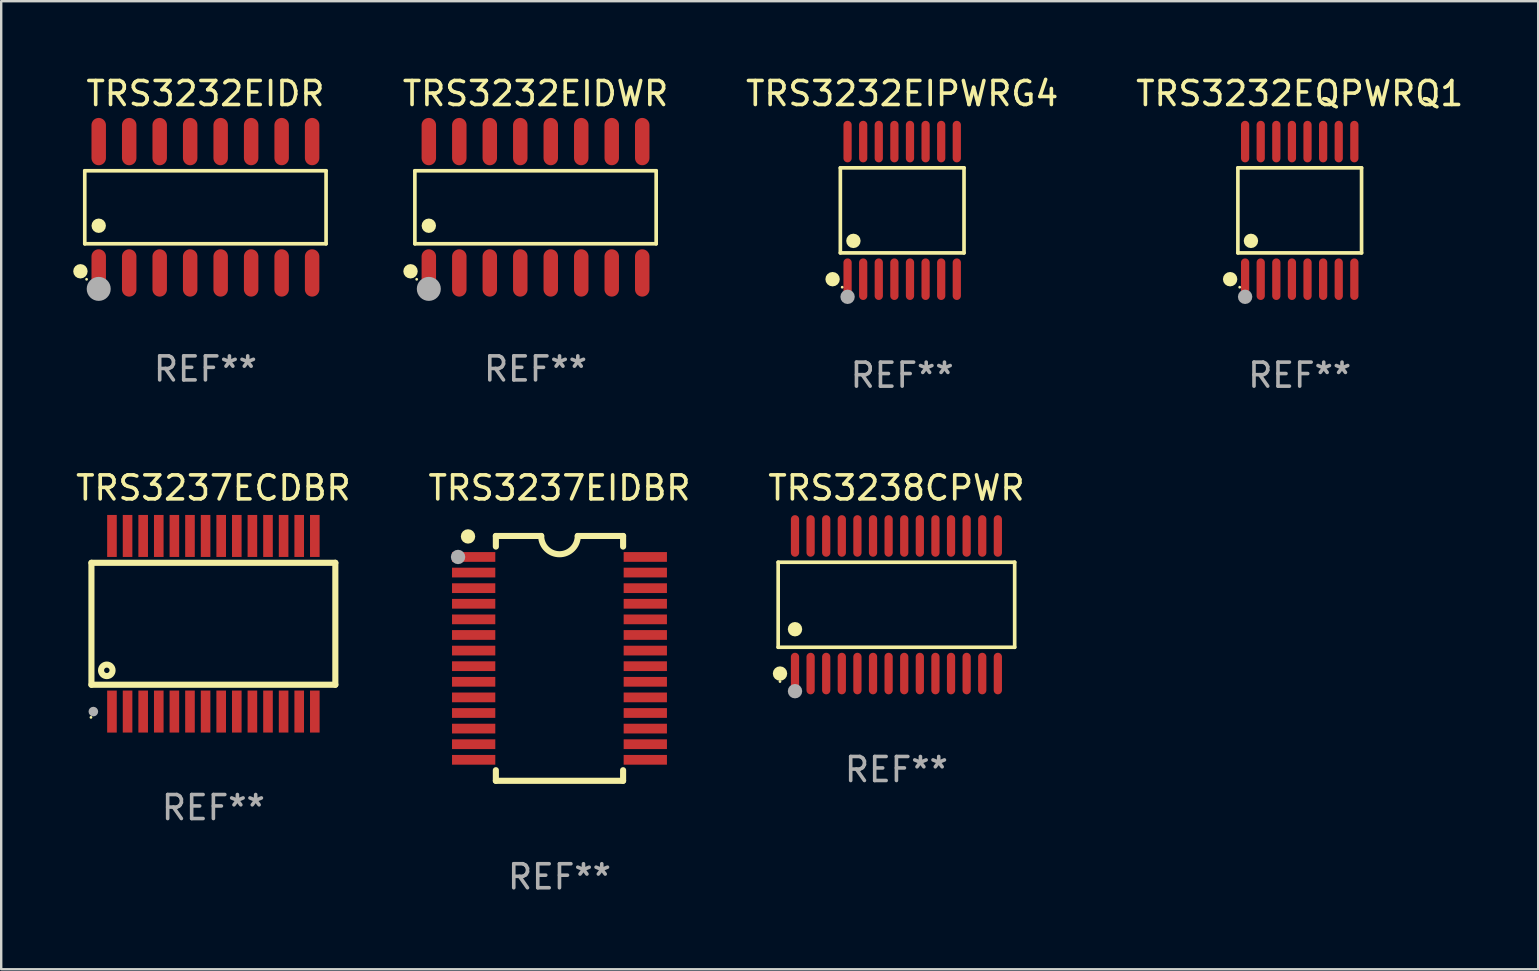
<source format=kicad_pcb>
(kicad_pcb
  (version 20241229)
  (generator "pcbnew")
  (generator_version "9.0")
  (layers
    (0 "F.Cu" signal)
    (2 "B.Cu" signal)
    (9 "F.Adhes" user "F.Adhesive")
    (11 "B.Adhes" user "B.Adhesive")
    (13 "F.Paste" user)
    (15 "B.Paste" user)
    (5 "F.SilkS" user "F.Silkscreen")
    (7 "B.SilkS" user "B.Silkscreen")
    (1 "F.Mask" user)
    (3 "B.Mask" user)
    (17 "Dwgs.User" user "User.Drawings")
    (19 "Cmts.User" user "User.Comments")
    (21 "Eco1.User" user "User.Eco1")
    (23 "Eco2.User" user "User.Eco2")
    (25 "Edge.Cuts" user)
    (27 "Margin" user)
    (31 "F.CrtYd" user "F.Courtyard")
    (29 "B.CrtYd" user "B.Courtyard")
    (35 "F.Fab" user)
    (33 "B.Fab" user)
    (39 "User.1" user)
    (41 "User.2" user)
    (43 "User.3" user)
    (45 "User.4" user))
  (footprint "TRS3232EIDWR"
    (layer "F.Cu")
    (at 19.258 5.584)
    (property "Reference" "TRS3232EIDWR" (at 0 -4.736 0) (layer "F.SilkS") (effects (font (size 1 1) (thickness 0.15))))
    (attr through_hole)
    (fp_line (start -5.026 -1.521) (end 5.026 -1.521) (stroke (width 0.152) (type solid)) (layer "F.SilkS"))
    (fp_line (start -5.026 1.521) (end -5.026 -1.521) (stroke (width 0.152) (type solid)) (layer "F.SilkS"))
    (fp_line (start 5.026 -1.521) (end 5.026 1.521) (stroke (width 0.152) (type solid)) (layer "F.SilkS"))
    (fp_line (start 5.026 1.521) (end -5.026 1.521) (stroke (width 0.152) (type solid)) (layer "F.SilkS"))
    (fp_circle (center -5.207 2.667) (end -5.057 2.667) (stroke (width 0.3) (type solid)) (fill no) (layer "F.SilkS"))
    (fp_circle (center -4.95 3) (end -4.92 3) (stroke (width 0.06) (type solid)) (fill no) (layer "F.SilkS"))
    (fp_circle (center -4.445 0.769) (end -4.295 0.769) (stroke (width 0.3) (type solid)) (fill no) (layer "F.SilkS"))
    (fp_circle (center -4.445 3.4) (end -4.195 3.4) (stroke (width 0.5) (type solid)) (fill no) (layer "F.Fab"))
    (fp_text user "REF**" (at 0 6.736 0) (layer "F.Fab") (effects (font (size 1 1) (thickness 0.15))))
    (pad "1" smd oval (at -4.445 2.736) (size 0.602 1.971) (layers "F.Cu" "F.Mask" "F.Paste"))
    (pad "2" smd oval (at -3.175 2.736) (size 0.602 1.971) (layers "F.Cu" "F.Mask" "F.Paste"))
    (pad "3" smd oval (at -1.905 2.736) (size 0.602 1.971) (layers "F.Cu" "F.Mask" "F.Paste"))
    (pad "4" smd oval (at -0.635 2.736) (size 0.602 1.971) (layers "F.Cu" "F.Mask" "F.Paste"))
    (pad "5" smd oval (at 0.635 2.736) (size 0.602 1.971) (layers "F.Cu" "F.Mask" "F.Paste"))
    (pad "6" smd oval (at 1.905 2.736) (size 0.602 1.971) (layers "F.Cu" "F.Mask" "F.Paste"))
    (pad "7" smd oval (at 3.175 2.736) (size 0.602 1.971) (layers "F.Cu" "F.Mask" "F.Paste"))
    (pad "8" smd oval (at 4.445 2.736) (size 0.602 1.971) (layers "F.Cu" "F.Mask" "F.Paste"))
    (pad "9" smd oval (at 4.445 -2.736) (size 0.602 1.971) (layers "F.Cu" "F.Mask" "F.Paste"))
    (pad "10" smd oval (at 3.175 -2.736) (size 0.602 1.971) (layers "F.Cu" "F.Mask" "F.Paste"))
    (pad "11" smd oval (at 1.905 -2.736) (size 0.602 1.971) (layers "F.Cu" "F.Mask" "F.Paste"))
    (pad "12" smd oval (at 0.635 -2.736) (size 0.602 1.971) (layers "F.Cu" "F.Mask" "F.Paste"))
    (pad "13" smd oval (at -0.635 -2.736) (size 0.602 1.971) (layers "F.Cu" "F.Mask" "F.Paste"))
    (pad "14" smd oval (at -1.905 -2.736) (size 0.602 1.971) (layers "F.Cu" "F.Mask" "F.Paste"))
    (pad "15" smd oval (at -3.175 -2.736) (size 0.602 1.971) (layers "F.Cu" "F.Mask" "F.Paste"))
    (pad "16" smd oval (at -4.445 -2.736) (size 0.602 1.971) (layers "F.Cu" "F.Mask" "F.Paste")))
  (footprint "TRS3232EIDR"
    (layer "F.Cu")
    (at 5.507 5.584)
    (property "Reference" "TRS3232EIDR" (at 0 -4.736 0) (layer "F.SilkS") (effects (font (size 1 1) (thickness 0.15))))
    (attr through_hole)
    (fp_line (start -5.026 -1.521) (end 5.026 -1.521) (stroke (width 0.152) (type solid)) (layer "F.SilkS"))
    (fp_line (start -5.026 1.521) (end -5.026 -1.521) (stroke (width 0.152) (type solid)) (layer "F.SilkS"))
    (fp_line (start 5.026 -1.521) (end 5.026 1.521) (stroke (width 0.152) (type solid)) (layer "F.SilkS"))
    (fp_line (start 5.026 1.521) (end -5.026 1.521) (stroke (width 0.152) (type solid)) (layer "F.SilkS"))
    (fp_circle (center -5.207 2.667) (end -5.057 2.667) (stroke (width 0.3) (type solid)) (fill no) (layer "F.SilkS"))
    (fp_circle (center -4.95 3) (end -4.92 3) (stroke (width 0.06) (type solid)) (fill no) (layer "F.SilkS"))
    (fp_circle (center -4.445 0.769) (end -4.295 0.769) (stroke (width 0.3) (type solid)) (fill no) (layer "F.SilkS"))
    (fp_circle (center -4.445 3.4) (end -4.195 3.4) (stroke (width 0.5) (type solid)) (fill no) (layer "F.Fab"))
    (fp_text user "REF**" (at 0 6.736 0) (layer "F.Fab") (effects (font (size 1 1) (thickness 0.15))))
    (pad "1" smd oval (at -4.445 2.736) (size 0.602 1.971) (layers "F.Cu" "F.Mask" "F.Paste"))
    (pad "2" smd oval (at -3.175 2.736) (size 0.602 1.971) (layers "F.Cu" "F.Mask" "F.Paste"))
    (pad "3" smd oval (at -1.905 2.736) (size 0.602 1.971) (layers "F.Cu" "F.Mask" "F.Paste"))
    (pad "4" smd oval (at -0.635 2.736) (size 0.602 1.971) (layers "F.Cu" "F.Mask" "F.Paste"))
    (pad "5" smd oval (at 0.635 2.736) (size 0.602 1.971) (layers "F.Cu" "F.Mask" "F.Paste"))
    (pad "6" smd oval (at 1.905 2.736) (size 0.602 1.971) (layers "F.Cu" "F.Mask" "F.Paste"))
    (pad "7" smd oval (at 3.175 2.736) (size 0.602 1.971) (layers "F.Cu" "F.Mask" "F.Paste"))
    (pad "8" smd oval (at 4.445 2.736) (size 0.602 1.971) (layers "F.Cu" "F.Mask" "F.Paste"))
    (pad "9" smd oval (at 4.445 -2.736) (size 0.602 1.971) (layers "F.Cu" "F.Mask" "F.Paste"))
    (pad "10" smd oval (at 3.175 -2.736) (size 0.602 1.971) (layers "F.Cu" "F.Mask" "F.Paste"))
    (pad "11" smd oval (at 1.905 -2.736) (size 0.602 1.971) (layers "F.Cu" "F.Mask" "F.Paste"))
    (pad "12" smd oval (at 0.635 -2.736) (size 0.602 1.971) (layers "F.Cu" "F.Mask" "F.Paste"))
    (pad "13" smd oval (at -0.635 -2.736) (size 0.602 1.971) (layers "F.Cu" "F.Mask" "F.Paste"))
    (pad "14" smd oval (at -1.905 -2.736) (size 0.602 1.971) (layers "F.Cu" "F.Mask" "F.Paste"))
    (pad "15" smd oval (at -3.175 -2.736) (size 0.602 1.971) (layers "F.Cu" "F.Mask" "F.Paste"))
    (pad "16" smd oval (at -4.445 -2.736) (size 0.602 1.971) (layers "F.Cu" "F.Mask" "F.Paste")))
  (footprint "TRS3237ECDBR"
    (layer "F.Cu")
    (at 5.839 22.934)
    (property "Reference" "TRS3237ECDBR" (at 0 -5.658 0) (layer "F.SilkS") (effects (font (size 1 1) (thickness 0.15))))
    (attr through_hole)
    (fp_line (start -5.08 -2.54) (end -5.08 2.54) (stroke (width 0.254) (type solid)) (layer "F.SilkS"))
    (fp_line (start -5.08 -2.54) (end 5.08 -2.54) (stroke (width 0.254) (type solid)) (layer "F.SilkS"))
    (fp_line (start 5.08 -2.54) (end 5.08 2.54) (stroke (width 0.254) (type solid)) (layer "F.SilkS"))
    (fp_line (start 5.08 2.54) (end -5.08 2.54) (stroke (width 0.254) (type solid)) (layer "F.SilkS"))
    (fp_circle (center -5.1 3.9) (end -5.07 3.9) (stroke (width 0.06) (type solid)) (fill no) (layer "F.SilkS"))
    (fp_circle (center -4.44 1.94) (end -4.2 1.94) (stroke (width 0.254) (type solid)) (fill no) (layer "F.SilkS"))
    (fp_circle (center -5 3.658) (end -4.9 3.658) (stroke (width 0.2) (type solid)) (fill no) (layer "F.Fab"))
    (fp_text user "REF**" (at 0 7.658 0) (layer "F.Fab") (effects (font (size 1 1) (thickness 0.15))))
    (pad "1" smd rect (at -4.225 3.658) (size 0.4 1.75) (layers "F.Cu" "F.Mask" "F.Paste"))
    (pad "2" smd rect (at -3.575 3.657) (size 0.4 1.75) (layers "F.Cu" "F.Mask" "F.Paste"))
    (pad "3" smd rect (at -2.925 3.657) (size 0.4 1.75) (layers "F.Cu" "F.Mask" "F.Paste"))
    (pad "4" smd rect (at -2.275 3.657) (size 0.4 1.75) (layers "F.Cu" "F.Mask" "F.Paste"))
    (pad "5" smd rect (at -1.625 3.657) (size 0.4 1.75) (layers "F.Cu" "F.Mask" "F.Paste"))
    (pad "6" smd rect (at -0.975 3.657) (size 0.4 1.75) (layers "F.Cu" "F.Mask" "F.Paste"))
    (pad "7" smd rect (at -0.325 3.657) (size 0.4 1.75) (layers "F.Cu" "F.Mask" "F.Paste"))
    (pad "8" smd rect (at 0.325 3.657) (size 0.4 1.75) (layers "F.Cu" "F.Mask" "F.Paste"))
    (pad "9" smd rect (at 0.975 3.657) (size 0.4 1.75) (layers "F.Cu" "F.Mask" "F.Paste"))
    (pad "10" smd rect (at 1.625 3.657) (size 0.4 1.75) (layers "F.Cu" "F.Mask" "F.Paste"))
    (pad "11" smd rect (at 2.275 3.657) (size 0.4 1.75) (layers "F.Cu" "F.Mask" "F.Paste"))
    (pad "12" smd rect (at 2.925 3.657) (size 0.4 1.75) (layers "F.Cu" "F.Mask" "F.Paste"))
    (pad "13" smd rect (at 3.575 3.657) (size 0.4 1.75) (layers "F.Cu" "F.Mask" "F.Paste"))
    (pad "14" smd rect (at 4.225 3.657) (size 0.4 1.75) (layers "F.Cu" "F.Mask" "F.Paste"))
    (pad "15" smd rect (at 4.225 -3.658) (size 0.4 1.75) (layers "F.Cu" "F.Mask" "F.Paste"))
    (pad "16" smd rect (at 3.575 -3.658) (size 0.4 1.75) (layers "F.Cu" "F.Mask" "F.Paste"))
    (pad "17" smd rect (at 2.925 -3.658) (size 0.4 1.75) (layers "F.Cu" "F.Mask" "F.Paste"))
    (pad "18" smd rect (at 2.275 -3.658) (size 0.4 1.75) (layers "F.Cu" "F.Mask" "F.Paste"))
    (pad "19" smd rect (at 1.625 -3.658) (size 0.4 1.75) (layers "F.Cu" "F.Mask" "F.Paste"))
    (pad "20" smd rect (at 0.975 -3.658) (size 0.4 1.75) (layers "F.Cu" "F.Mask" "F.Paste"))
    (pad "21" smd rect (at 0.325 -3.658) (size 0.4 1.75) (layers "F.Cu" "F.Mask" "F.Paste"))
    (pad "22" smd rect (at -0.325 -3.658) (size 0.4 1.75) (layers "F.Cu" "F.Mask" "F.Paste"))
    (pad "23" smd rect (at -0.975 -3.658) (size 0.4 1.75) (layers "F.Cu" "F.Mask" "F.Paste"))
    (pad "24" smd rect (at -1.625 -3.658) (size 0.4 1.75) (layers "F.Cu" "F.Mask" "F.Paste"))
    (pad "25" smd rect (at -2.275 -3.658) (size 0.4 1.75) (layers "F.Cu" "F.Mask" "F.Paste"))
    (pad "26" smd rect (at -2.925 -3.658) (size 0.4 1.75) (layers "F.Cu" "F.Mask" "F.Paste"))
    (pad "27" smd rect (at -3.575 -3.658) (size 0.4 1.75) (layers "F.Cu" "F.Mask" "F.Paste"))
    (pad "28" smd rect (at -4.225 -3.658) (size 0.4 1.75) (layers "F.Cu" "F.Mask" "F.Paste")))
  (footprint "TRS3232EQPWRQ1"
    (layer "F.Cu")
    (at 51.092 5.714)
    (property "Reference" "TRS3232EQPWRQ1" (at 0 -4.866 0) (layer "F.SilkS") (effects (font (size 1 1) (thickness 0.15))))
    (attr through_hole)
    (fp_line (start -2.576 -1.772) (end 2.576 -1.772) (stroke (width 0.152) (type solid)) (layer "F.SilkS"))
    (fp_line (start -2.576 1.771) (end -2.576 -1.772) (stroke (width 0.152) (type solid)) (layer "F.SilkS"))
    (fp_line (start 2.576 -1.772) (end 2.576 1.771) (stroke (width 0.152) (type solid)) (layer "F.SilkS"))
    (fp_line (start 2.576 1.771) (end -2.576 1.771) (stroke (width 0.152) (type solid)) (layer "F.SilkS"))
    (fp_circle (center -2.899 2.866) (end -2.749 2.866) (stroke (width 0.3) (type solid)) (fill no) (layer "F.SilkS"))
    (fp_circle (center -2.5 3.2) (end -2.47 3.2) (stroke (width 0.06) (type solid)) (fill no) (layer "F.SilkS"))
    (fp_circle (center -2.032 1.27) (end -1.882 1.27) (stroke (width 0.3) (type solid)) (fill no) (layer "F.SilkS"))
    (fp_circle (center -2.275 3.6) (end -2.125 3.6) (stroke (width 0.3) (type solid)) (fill no) (layer "F.Fab"))
    (fp_text user "REF**" (at 0 6.866 0) (layer "F.Fab") (effects (font (size 1 1) (thickness 0.15))))
    (pad "1" smd oval (at -2.275 2.866) (size 0.343 1.731) (layers "F.Cu" "F.Mask" "F.Paste"))
    (pad "2" smd oval (at -1.625 2.866) (size 0.343 1.731) (layers "F.Cu" "F.Mask" "F.Paste"))
    (pad "3" smd oval (at -0.975 2.866) (size 0.343 1.731) (layers "F.Cu" "F.Mask" "F.Paste"))
    (pad "4" smd oval (at -0.325 2.866) (size 0.343 1.731) (layers "F.Cu" "F.Mask" "F.Paste"))
    (pad "5" smd oval (at 0.325 2.866) (size 0.343 1.731) (layers "F.Cu" "F.Mask" "F.Paste"))
    (pad "6" smd oval (at 0.975 2.866) (size 0.343 1.731) (layers "F.Cu" "F.Mask" "F.Paste"))
    (pad "7" smd oval (at 1.625 2.866) (size 0.343 1.731) (layers "F.Cu" "F.Mask" "F.Paste"))
    (pad "8" smd oval (at 2.275 2.866) (size 0.343 1.731) (layers "F.Cu" "F.Mask" "F.Paste"))
    (pad "9" smd oval (at 2.275 -2.866) (size 0.343 1.731) (layers "F.Cu" "F.Mask" "F.Paste"))
    (pad "10" smd oval (at 1.625 -2.866) (size 0.343 1.731) (layers "F.Cu" "F.Mask" "F.Paste"))
    (pad "11" smd oval (at 0.975 -2.866) (size 0.343 1.731) (layers "F.Cu" "F.Mask" "F.Paste"))
    (pad "12" smd oval (at 0.325 -2.866) (size 0.343 1.731) (layers "F.Cu" "F.Mask" "F.Paste"))
    (pad "13" smd oval (at -0.325 -2.866) (size 0.343 1.731) (layers "F.Cu" "F.Mask" "F.Paste"))
    (pad "14" smd oval (at -0.975 -2.866) (size 0.343 1.731) (layers "F.Cu" "F.Mask" "F.Paste"))
    (pad "15" smd oval (at -1.625 -2.866) (size 0.343 1.731) (layers "F.Cu" "F.Mask" "F.Paste"))
    (pad "16" smd oval (at -2.275 -2.866) (size 0.343 1.731) (layers "F.Cu" "F.Mask" "F.Paste")))
  (footprint "TRS3238CPWR"
    (layer "F.Cu")
    (at 34.292 22.142)
    (property "Reference" "TRS3238CPWR" (at 0 -4.866 0) (layer "F.SilkS") (effects (font (size 1 1) (thickness 0.15))))
    (attr through_hole)
    (fp_line (start -4.926 -1.772) (end 4.926 -1.772) (stroke (width 0.152) (type solid)) (layer "F.SilkS"))
    (fp_line (start -4.926 1.771) (end -4.926 -1.772) (stroke (width 0.152) (type solid)) (layer "F.SilkS"))
    (fp_line (start 4.926 -1.772) (end 4.926 1.771) (stroke (width 0.152) (type solid)) (layer "F.SilkS"))
    (fp_line (start 4.926 1.771) (end -4.926 1.771) (stroke (width 0.152) (type solid)) (layer "F.SilkS"))
    (fp_circle (center -4.85 3.2) (end -4.82 3.2) (stroke (width 0.06) (type solid)) (fill no) (layer "F.SilkS"))
    (fp_circle (center -4.849 2.866) (end -4.699 2.866) (stroke (width 0.3) (type solid)) (fill no) (layer "F.SilkS"))
    (fp_circle (center -4.225 1.019) (end -4.075 1.019) (stroke (width 0.3) (type solid)) (fill no) (layer "F.SilkS"))
    (fp_circle (center -4.225 3.6) (end -4.075 3.6) (stroke (width 0.3) (type solid)) (fill no) (layer "F.Fab"))
    (fp_text user "REF**" (at 0 6.866 0) (layer "F.Fab") (effects (font (size 1 1) (thickness 0.15))))
    (pad "1" smd oval (at -4.225 2.866) (size 0.343 1.731) (layers "F.Cu" "F.Mask" "F.Paste"))
    (pad "2" smd oval (at -3.575 2.866) (size 0.343 1.731) (layers "F.Cu" "F.Mask" "F.Paste"))
    (pad "3" smd oval (at -2.925 2.866) (size 0.343 1.731) (layers "F.Cu" "F.Mask" "F.Paste"))
    (pad "4" smd oval (at -2.275 2.866) (size 0.343 1.731) (layers "F.Cu" "F.Mask" "F.Paste"))
    (pad "5" smd oval (at -1.625 2.866) (size 0.343 1.731) (layers "F.Cu" "F.Mask" "F.Paste"))
    (pad "6" smd oval (at -0.975 2.866) (size 0.343 1.731) (layers "F.Cu" "F.Mask" "F.Paste"))
    (pad "7" smd oval (at -0.325 2.866) (size 0.343 1.731) (layers "F.Cu" "F.Mask" "F.Paste"))
    (pad "8" smd oval (at 0.325 2.866) (size 0.343 1.731) (layers "F.Cu" "F.Mask" "F.Paste"))
    (pad "9" smd oval (at 0.975 2.866) (size 0.343 1.731) (layers "F.Cu" "F.Mask" "F.Paste"))
    (pad "10" smd oval (at 1.625 2.866) (size 0.343 1.731) (layers "F.Cu" "F.Mask" "F.Paste"))
    (pad "11" smd oval (at 2.275 2.866) (size 0.343 1.731) (layers "F.Cu" "F.Mask" "F.Paste"))
    (pad "12" smd oval (at 2.925 2.866) (size 0.343 1.731) (layers "F.Cu" "F.Mask" "F.Paste"))
    (pad "13" smd oval (at 3.575 2.866) (size 0.343 1.731) (layers "F.Cu" "F.Mask" "F.Paste"))
    (pad "14" smd oval (at 4.225 2.866) (size 0.343 1.731) (layers "F.Cu" "F.Mask" "F.Paste"))
    (pad "15" smd oval (at 4.225 -2.866) (size 0.343 1.731) (layers "F.Cu" "F.Mask" "F.Paste"))
    (pad "16" smd oval (at 3.575 -2.866) (size 0.343 1.731) (layers "F.Cu" "F.Mask" "F.Paste"))
    (pad "17" smd oval (at 2.925 -2.866) (size 0.343 1.731) (layers "F.Cu" "F.Mask" "F.Paste"))
    (pad "18" smd oval (at 2.275 -2.866) (size 0.343 1.731) (layers "F.Cu" "F.Mask" "F.Paste"))
    (pad "19" smd oval (at 1.625 -2.866) (size 0.343 1.731) (layers "F.Cu" "F.Mask" "F.Paste"))
    (pad "20" smd oval (at 0.975 -2.866) (size 0.343 1.731) (layers "F.Cu" "F.Mask" "F.Paste"))
    (pad "21" smd oval (at 0.325 -2.866) (size 0.343 1.731) (layers "F.Cu" "F.Mask" "F.Paste"))
    (pad "22" smd oval (at -0.325 -2.866) (size 0.343 1.731) (layers "F.Cu" "F.Mask" "F.Paste"))
    (pad "23" smd oval (at -0.975 -2.866) (size 0.343 1.731) (layers "F.Cu" "F.Mask" "F.Paste"))
    (pad "24" smd oval (at -1.625 -2.866) (size 0.343 1.731) (layers "F.Cu" "F.Mask" "F.Paste"))
    (pad "25" smd oval (at -2.275 -2.866) (size 0.343 1.731) (layers "F.Cu" "F.Mask" "F.Paste"))
    (pad "26" smd oval (at -2.925 -2.866) (size 0.343 1.731) (layers "F.Cu" "F.Mask" "F.Paste"))
    (pad "27" smd oval (at -3.575 -2.866) (size 0.343 1.731) (layers "F.Cu" "F.Mask" "F.Paste"))
    (pad "28" smd oval (at -4.225 -2.866) (size 0.343 1.731) (layers "F.Cu" "F.Mask" "F.Paste")))
  (footprint "TRS3232EIPWRG4"
    (layer "F.Cu")
    (at 34.532 5.714)
    (property "Reference" "TRS3232EIPWRG4" (at 0 -4.866 0) (layer "F.SilkS") (effects (font (size 1 1) (thickness 0.15))))
    (attr through_hole)
    (fp_line (start -2.576 -1.772) (end 2.576 -1.772) (stroke (width 0.152) (type solid)) (layer "F.SilkS"))
    (fp_line (start -2.576 1.771) (end -2.576 -1.772) (stroke (width 0.152) (type solid)) (layer "F.SilkS"))
    (fp_line (start 2.576 -1.772) (end 2.576 1.771) (stroke (width 0.152) (type solid)) (layer "F.SilkS"))
    (fp_line (start 2.576 1.771) (end -2.576 1.771) (stroke (width 0.152) (type solid)) (layer "F.SilkS"))
    (fp_circle (center -2.899 2.866) (end -2.749 2.866) (stroke (width 0.3) (type solid)) (fill no) (layer "F.SilkS"))
    (fp_circle (center -2.5 3.2) (end -2.47 3.2) (stroke (width 0.06) (type solid)) (fill no) (layer "F.SilkS"))
    (fp_circle (center -2.032 1.27) (end -1.882 1.27) (stroke (width 0.3) (type solid)) (fill no) (layer "F.SilkS"))
    (fp_circle (center -2.275 3.6) (end -2.125 3.6) (stroke (width 0.3) (type solid)) (fill no) (layer "F.Fab"))
    (fp_text user "REF**" (at 0 6.866 0) (layer "F.Fab") (effects (font (size 1 1) (thickness 0.15))))
    (pad "1" smd oval (at -2.275 2.866) (size 0.343 1.731) (layers "F.Cu" "F.Mask" "F.Paste"))
    (pad "2" smd oval (at -1.625 2.866) (size 0.343 1.731) (layers "F.Cu" "F.Mask" "F.Paste"))
    (pad "3" smd oval (at -0.975 2.866) (size 0.343 1.731) (layers "F.Cu" "F.Mask" "F.Paste"))
    (pad "4" smd oval (at -0.325 2.866) (size 0.343 1.731) (layers "F.Cu" "F.Mask" "F.Paste"))
    (pad "5" smd oval (at 0.325 2.866) (size 0.343 1.731) (layers "F.Cu" "F.Mask" "F.Paste"))
    (pad "6" smd oval (at 0.975 2.866) (size 0.343 1.731) (layers "F.Cu" "F.Mask" "F.Paste"))
    (pad "7" smd oval (at 1.625 2.866) (size 0.343 1.731) (layers "F.Cu" "F.Mask" "F.Paste"))
    (pad "8" smd oval (at 2.275 2.866) (size 0.343 1.731) (layers "F.Cu" "F.Mask" "F.Paste"))
    (pad "9" smd oval (at 2.275 -2.866) (size 0.343 1.731) (layers "F.Cu" "F.Mask" "F.Paste"))
    (pad "10" smd oval (at 1.625 -2.866) (size 0.343 1.731) (layers "F.Cu" "F.Mask" "F.Paste"))
    (pad "11" smd oval (at 0.975 -2.866) (size 0.343 1.731) (layers "F.Cu" "F.Mask" "F.Paste"))
    (pad "12" smd oval (at 0.325 -2.866) (size 0.343 1.731) (layers "F.Cu" "F.Mask" "F.Paste"))
    (pad "13" smd oval (at -0.325 -2.866) (size 0.343 1.731) (layers "F.Cu" "F.Mask" "F.Paste"))
    (pad "14" smd oval (at -0.975 -2.866) (size 0.343 1.731) (layers "F.Cu" "F.Mask" "F.Paste"))
    (pad "15" smd oval (at -1.625 -2.866) (size 0.343 1.731) (layers "F.Cu" "F.Mask" "F.Paste"))
    (pad "16" smd oval (at -2.275 -2.866) (size 0.343 1.731) (layers "F.Cu" "F.Mask" "F.Paste")))
  (footprint "TRS3237EIDBR"
    (layer "F.Cu")
    (at 20.256 24.376)
    (property "Reference" "TRS3237EIDBR" (at 0 -7.1 0) (layer "F.SilkS") (effects (font (size 1 1) (thickness 0.15))))
    (attr through_hole)
    (fp_line (start -2.65 -5.1) (end -0.762 -5.1) (stroke (width 0.254) (type solid)) (layer "F.SilkS"))
    (fp_line (start -2.65 -4.658) (end -2.65 -5.1) (stroke (width 0.254) (type solid)) (layer "F.SilkS"))
    (fp_line (start -2.65 5.1) (end -2.65 4.658) (stroke (width 0.254) (type solid)) (layer "F.SilkS"))
    (fp_line (start -2.65 5.1) (end 2.65 5.1) (stroke (width 0.254) (type solid)) (layer "F.SilkS"))
    (fp_line (start 2.65 -5.1) (end 0.762 -5.1) (stroke (width 0.254) (type solid)) (layer "F.SilkS"))
    (fp_line (start 2.65 -5.1) (end 2.65 -4.658) (stroke (width 0.254) (type solid)) (layer "F.SilkS"))
    (fp_line (start 2.65 4.658) (end 2.65 5.1) (stroke (width 0.254) (type solid)) (layer "F.SilkS"))
    (fp_arc (start 0.761925 -5.1) (mid -0.000241 -4.338329) (end -0.762077 -5.10033) (stroke (width 0.254001) (type solid)) (layer "F.SilkS"))
    (fp_circle (center -3.858 -5.07) (end -3.828 -5.07) (stroke (width 0.06) (type solid)) (fill no) (layer "F.SilkS"))
    (fp_circle (center -3.81 -5.08) (end -3.66 -5.08) (stroke (width 0.3) (type solid)) (fill no) (layer "F.SilkS"))
    (fp_circle (center -4.225 -4.225) (end -4.075 -4.225) (stroke (width 0.3) (type solid)) (fill no) (layer "F.Fab"))
    (fp_text user "REF**" (at 0 9.1 0) (layer "F.Fab") (effects (font (size 1 1) (thickness 0.15))))
    (pad "1" smd rect (at -3.575 -4.225) (size 1.803 0.406) (layers "F.Cu" "F.Mask" "F.Paste"))
    (pad "2" smd rect (at -3.575 -3.575) (size 1.803 0.406) (layers "F.Cu" "F.Mask" "F.Paste"))
    (pad "3" smd rect (at -3.575 -2.925) (size 1.803 0.406) (layers "F.Cu" "F.Mask" "F.Paste"))
    (pad "4" smd rect (at -3.575 -2.275) (size 1.803 0.406) (layers "F.Cu" "F.Mask" "F.Paste"))
    (pad "5" smd rect (at -3.575 -1.625) (size 1.803 0.406) (layers "F.Cu" "F.Mask" "F.Paste"))
    (pad "6" smd rect (at -3.575 -0.975) (size 1.803 0.406) (layers "F.Cu" "F.Mask" "F.Paste"))
    (pad "7" smd rect (at -3.575 -0.325) (size 1.803 0.406) (layers "F.Cu" "F.Mask" "F.Paste"))
    (pad "8" smd rect (at -3.575 0.325) (size 1.803 0.406) (layers "F.Cu" "F.Mask" "F.Paste"))
    (pad "9" smd rect (at -3.575 0.975) (size 1.803 0.406) (layers "F.Cu" "F.Mask" "F.Paste"))
    (pad "10" smd rect (at -3.575 1.625) (size 1.803 0.406) (layers "F.Cu" "F.Mask" "F.Paste"))
    (pad "11" smd rect (at -3.575 2.275) (size 1.803 0.406) (layers "F.Cu" "F.Mask" "F.Paste"))
    (pad "12" smd rect (at -3.575 2.925) (size 1.803 0.406) (layers "F.Cu" "F.Mask" "F.Paste"))
    (pad "13" smd rect (at -3.575 3.575) (size 1.803 0.406) (layers "F.Cu" "F.Mask" "F.Paste"))
    (pad "14" smd rect (at -3.575 4.225) (size 1.803 0.406) (layers "F.Cu" "F.Mask" "F.Paste"))
    (pad "15" smd rect (at 3.575 4.225) (size 1.803 0.406) (layers "F.Cu" "F.Mask" "F.Paste"))
    (pad "16" smd rect (at 3.575 3.575) (size 1.803 0.406) (layers "F.Cu" "F.Mask" "F.Paste"))
    (pad "17" smd rect (at 3.575 2.925) (size 1.803 0.406) (layers "F.Cu" "F.Mask" "F.Paste"))
    (pad "18" smd rect (at 3.575 2.275) (size 1.803 0.406) (layers "F.Cu" "F.Mask" "F.Paste"))
    (pad "19" smd rect (at 3.575 1.625) (size 1.803 0.406) (layers "F.Cu" "F.Mask" "F.Paste"))
    (pad "20" smd rect (at 3.575 0.975) (size 1.803 0.406) (layers "F.Cu" "F.Mask" "F.Paste"))
    (pad "21" smd rect (at 3.575 0.325) (size 1.803 0.406) (layers "F.Cu" "F.Mask" "F.Paste"))
    (pad "22" smd rect (at 3.575 -0.325) (size 1.803 0.406) (layers "F.Cu" "F.Mask" "F.Paste"))
    (pad "23" smd rect (at 3.575 -0.975) (size 1.803 0.406) (layers "F.Cu" "F.Mask" "F.Paste"))
    (pad "24" smd rect (at 3.575 -1.625) (size 1.803 0.406) (layers "F.Cu" "F.Mask" "F.Paste"))
    (pad "25" smd rect (at 3.575 -2.275) (size 1.803 0.406) (layers "F.Cu" "F.Mask" "F.Paste"))
    (pad "26" smd rect (at 3.575 -2.925) (size 1.803 0.406) (layers "F.Cu" "F.Mask" "F.Paste"))
    (pad "27" smd rect (at 3.575 -3.575) (size 1.803 0.406) (layers "F.Cu" "F.Mask" "F.Paste"))
    (pad "28" smd rect (at 3.575 -4.225) (size 1.803 0.406) (layers "F.Cu" "F.Mask" "F.Paste")))
  (gr_rect
    (start -3 -3)
    (end 61.026 37.325)
    (stroke (width 0.1) (type default))
    (fill no)
    (layer "Edge.Cuts")))
</source>
